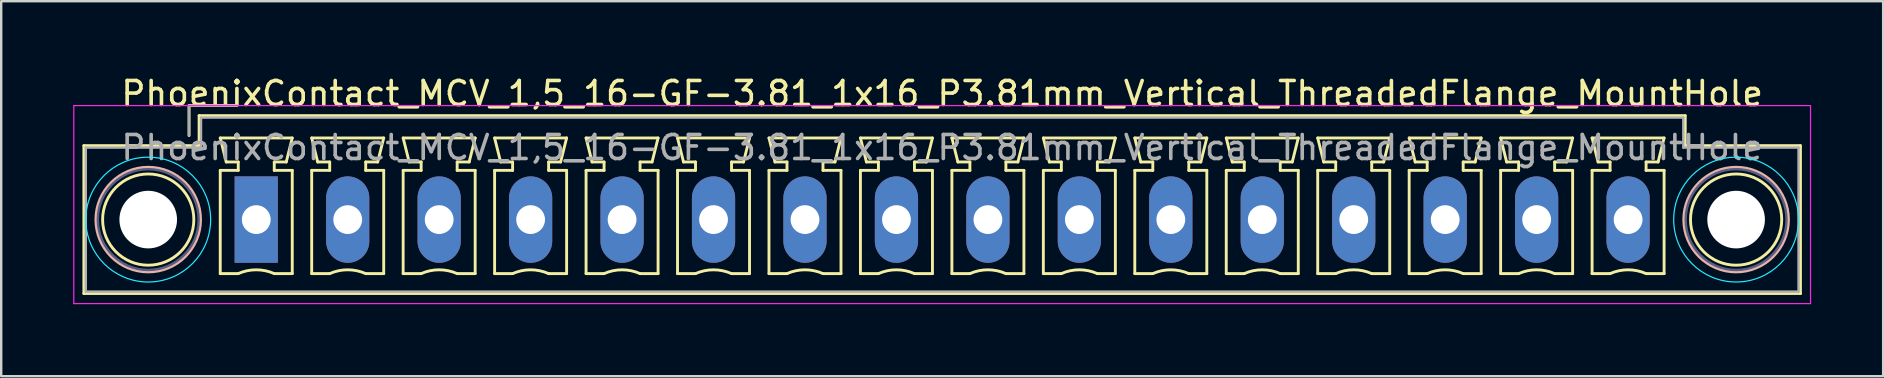
<source format=kicad_pcb>
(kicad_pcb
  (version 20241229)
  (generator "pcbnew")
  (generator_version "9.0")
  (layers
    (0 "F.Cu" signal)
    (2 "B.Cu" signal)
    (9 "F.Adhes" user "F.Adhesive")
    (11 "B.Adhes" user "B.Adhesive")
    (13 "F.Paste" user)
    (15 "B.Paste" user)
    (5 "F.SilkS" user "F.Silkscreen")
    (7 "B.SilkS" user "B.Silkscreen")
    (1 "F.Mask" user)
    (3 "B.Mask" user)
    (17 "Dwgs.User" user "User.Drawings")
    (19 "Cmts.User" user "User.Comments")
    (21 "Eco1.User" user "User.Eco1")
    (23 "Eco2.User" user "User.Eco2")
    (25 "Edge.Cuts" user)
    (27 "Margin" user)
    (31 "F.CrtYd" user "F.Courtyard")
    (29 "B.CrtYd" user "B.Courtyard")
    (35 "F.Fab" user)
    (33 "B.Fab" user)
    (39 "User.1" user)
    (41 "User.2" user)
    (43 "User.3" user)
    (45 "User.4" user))
  (footprint "PhoenixContact_MCV_1,5_16-GF-3.81_1x16_P3.81mm_Vertical_ThreadedFlange_MountHole"
    (layer "F.Cu")
    (at 7.625 6.098)
    (property "Reference" "PhoenixContact_MCV_1,5_16-GF-3.81_1x16_P3.81mm_Vertical_ThreadedFlange_MountHole" (at 28.575 -5.25 0) (layer "F.SilkS") (effects (font (size 1 1) (thickness 0.15))))
    (attr through_hole)
    (fp_line (start -7.18 -3.08) (end -7.18 3.08) (stroke (width 0.12) (type solid)) (layer "F.SilkS"))
    (fp_line (start -7.18 3.08) (end 64.33 3.08) (stroke (width 0.12) (type solid)) (layer "F.SilkS"))
    (fp_line (start -2.8 -4.75) (end -0.8 -4.75) (stroke (width 0.12) (type solid)) (layer "F.SilkS"))
    (fp_line (start -2.8 -3.5) (end -2.8 -4.75) (stroke (width 0.12) (type solid)) (layer "F.SilkS"))
    (fp_line (start -2.38 -4.33) (end -2.38 -3.08) (stroke (width 0.12) (type solid)) (layer "F.SilkS"))
    (fp_line (start -2.38 -3.08) (end -7.18 -3.08) (stroke (width 0.12) (type solid)) (layer "F.SilkS"))
    (fp_line (start -1.5 -3.4) (end 1.5 -3.4) (stroke (width 0.12) (type solid)) (layer "F.SilkS"))
    (fp_line (start -1.5 -2.05) (end -0.75 -2.05) (stroke (width 0.12) (type solid)) (layer "F.SilkS"))
    (fp_line (start -1.5 2.25) (end -1.5 -2.05) (stroke (width 0.12) (type solid)) (layer "F.SilkS"))
    (fp_line (start -1.25 -2.4) (end -1.5 -3.4) (stroke (width 0.12) (type solid)) (layer "F.SilkS"))
    (fp_line (start -0.75 -2.4) (end -1.25 -2.4) (stroke (width 0.12) (type solid)) (layer "F.SilkS"))
    (fp_line (start -0.75 -2.05) (end -0.75 -2.4) (stroke (width 0.12) (type solid)) (layer "F.SilkS"))
    (fp_line (start -0.75 2.25) (end -1.5 2.25) (stroke (width 0.12) (type solid)) (layer "F.SilkS"))
    (fp_line (start 0.75 -2.4) (end 0.75 -2.05) (stroke (width 0.12) (type solid)) (layer "F.SilkS"))
    (fp_line (start 0.75 -2.05) (end 1.5 -2.05) (stroke (width 0.12) (type solid)) (layer "F.SilkS"))
    (fp_line (start 1.25 -2.4) (end 0.75 -2.4) (stroke (width 0.12) (type solid)) (layer "F.SilkS"))
    (fp_line (start 1.5 -3.4) (end 1.25 -2.4) (stroke (width 0.12) (type solid)) (layer "F.SilkS"))
    (fp_line (start 1.5 -2.05) (end 1.5 2.25) (stroke (width 0.12) (type solid)) (layer "F.SilkS"))
    (fp_line (start 1.5 2.25) (end 0.75 2.25) (stroke (width 0.12) (type solid)) (layer "F.SilkS"))
    (fp_line (start 2.31 -3.4) (end 5.31 -3.4) (stroke (width 0.12) (type solid)) (layer "F.SilkS"))
    (fp_line (start 2.31 -2.05) (end 3.06 -2.05) (stroke (width 0.12) (type solid)) (layer "F.SilkS"))
    (fp_line (start 2.31 2.25) (end 2.31 -2.05) (stroke (width 0.12) (type solid)) (layer "F.SilkS"))
    (fp_line (start 2.56 -2.4) (end 2.31 -3.4) (stroke (width 0.12) (type solid)) (layer "F.SilkS"))
    (fp_line (start 3.06 -2.4) (end 2.56 -2.4) (stroke (width 0.12) (type solid)) (layer "F.SilkS"))
    (fp_line (start 3.06 -2.05) (end 3.06 -2.4) (stroke (width 0.12) (type solid)) (layer "F.SilkS"))
    (fp_line (start 3.06 2.25) (end 2.31 2.25) (stroke (width 0.12) (type solid)) (layer "F.SilkS"))
    (fp_line (start 4.56 -2.4) (end 4.56 -2.05) (stroke (width 0.12) (type solid)) (layer "F.SilkS"))
    (fp_line (start 4.56 -2.05) (end 5.31 -2.05) (stroke (width 0.12) (type solid)) (layer "F.SilkS"))
    (fp_line (start 5.06 -2.4) (end 4.56 -2.4) (stroke (width 0.12) (type solid)) (layer "F.SilkS"))
    (fp_line (start 5.31 -3.4) (end 5.06 -2.4) (stroke (width 0.12) (type solid)) (layer "F.SilkS"))
    (fp_line (start 5.31 -2.05) (end 5.31 2.25) (stroke (width 0.12) (type solid)) (layer "F.SilkS"))
    (fp_line (start 5.31 2.25) (end 4.56 2.25) (stroke (width 0.12) (type solid)) (layer "F.SilkS"))
    (fp_line (start 6.12 -3.4) (end 9.12 -3.4) (stroke (width 0.12) (type solid)) (layer "F.SilkS"))
    (fp_line (start 6.12 -2.05) (end 6.87 -2.05) (stroke (width 0.12) (type solid)) (layer "F.SilkS"))
    (fp_line (start 6.12 2.25) (end 6.12 -2.05) (stroke (width 0.12) (type solid)) (layer "F.SilkS"))
    (fp_line (start 6.37 -2.4) (end 6.12 -3.4) (stroke (width 0.12) (type solid)) (layer "F.SilkS"))
    (fp_line (start 6.87 -2.4) (end 6.37 -2.4) (stroke (width 0.12) (type solid)) (layer "F.SilkS"))
    (fp_line (start 6.87 -2.05) (end 6.87 -2.4) (stroke (width 0.12) (type solid)) (layer "F.SilkS"))
    (fp_line (start 6.87 2.25) (end 6.12 2.25) (stroke (width 0.12) (type solid)) (layer "F.SilkS"))
    (fp_line (start 8.37 -2.4) (end 8.37 -2.05) (stroke (width 0.12) (type solid)) (layer "F.SilkS"))
    (fp_line (start 8.37 -2.05) (end 9.12 -2.05) (stroke (width 0.12) (type solid)) (layer "F.SilkS"))
    (fp_line (start 8.87 -2.4) (end 8.37 -2.4) (stroke (width 0.12) (type solid)) (layer "F.SilkS"))
    (fp_line (start 9.12 -3.4) (end 8.87 -2.4) (stroke (width 0.12) (type solid)) (layer "F.SilkS"))
    (fp_line (start 9.12 -2.05) (end 9.12 2.25) (stroke (width 0.12) (type solid)) (layer "F.SilkS"))
    (fp_line (start 9.12 2.25) (end 8.37 2.25) (stroke (width 0.12) (type solid)) (layer "F.SilkS"))
    (fp_line (start 9.93 -3.4) (end 12.93 -3.4) (stroke (width 0.12) (type solid)) (layer "F.SilkS"))
    (fp_line (start 9.93 -2.05) (end 10.68 -2.05) (stroke (width 0.12) (type solid)) (layer "F.SilkS"))
    (fp_line (start 9.93 2.25) (end 9.93 -2.05) (stroke (width 0.12) (type solid)) (layer "F.SilkS"))
    (fp_line (start 10.18 -2.4) (end 9.93 -3.4) (stroke (width 0.12) (type solid)) (layer "F.SilkS"))
    (fp_line (start 10.68 -2.4) (end 10.18 -2.4) (stroke (width 0.12) (type solid)) (layer "F.SilkS"))
    (fp_line (start 10.68 -2.05) (end 10.68 -2.4) (stroke (width 0.12) (type solid)) (layer "F.SilkS"))
    (fp_line (start 10.68 2.25) (end 9.93 2.25) (stroke (width 0.12) (type solid)) (layer "F.SilkS"))
    (fp_line (start 12.18 -2.4) (end 12.18 -2.05) (stroke (width 0.12) (type solid)) (layer "F.SilkS"))
    (fp_line (start 12.18 -2.05) (end 12.93 -2.05) (stroke (width 0.12) (type solid)) (layer "F.SilkS"))
    (fp_line (start 12.68 -2.4) (end 12.18 -2.4) (stroke (width 0.12) (type solid)) (layer "F.SilkS"))
    (fp_line (start 12.93 -3.4) (end 12.68 -2.4) (stroke (width 0.12) (type solid)) (layer "F.SilkS"))
    (fp_line (start 12.93 -2.05) (end 12.93 2.25) (stroke (width 0.12) (type solid)) (layer "F.SilkS"))
    (fp_line (start 12.93 2.25) (end 12.18 2.25) (stroke (width 0.12) (type solid)) (layer "F.SilkS"))
    (fp_line (start 13.74 -3.4) (end 16.74 -3.4) (stroke (width 0.12) (type solid)) (layer "F.SilkS"))
    (fp_line (start 13.74 -2.05) (end 14.49 -2.05) (stroke (width 0.12) (type solid)) (layer "F.SilkS"))
    (fp_line (start 13.74 2.25) (end 13.74 -2.05) (stroke (width 0.12) (type solid)) (layer "F.SilkS"))
    (fp_line (start 13.99 -2.4) (end 13.74 -3.4) (stroke (width 0.12) (type solid)) (layer "F.SilkS"))
    (fp_line (start 14.49 -2.4) (end 13.99 -2.4) (stroke (width 0.12) (type solid)) (layer "F.SilkS"))
    (fp_line (start 14.49 -2.05) (end 14.49 -2.4) (stroke (width 0.12) (type solid)) (layer "F.SilkS"))
    (fp_line (start 14.49 2.25) (end 13.74 2.25) (stroke (width 0.12) (type solid)) (layer "F.SilkS"))
    (fp_line (start 15.99 -2.4) (end 15.99 -2.05) (stroke (width 0.12) (type solid)) (layer "F.SilkS"))
    (fp_line (start 15.99 -2.05) (end 16.74 -2.05) (stroke (width 0.12) (type solid)) (layer "F.SilkS"))
    (fp_line (start 16.49 -2.4) (end 15.99 -2.4) (stroke (width 0.12) (type solid)) (layer "F.SilkS"))
    (fp_line (start 16.74 -3.4) (end 16.49 -2.4) (stroke (width 0.12) (type solid)) (layer "F.SilkS"))
    (fp_line (start 16.74 -2.05) (end 16.74 2.25) (stroke (width 0.12) (type solid)) (layer "F.SilkS"))
    (fp_line (start 16.74 2.25) (end 15.99 2.25) (stroke (width 0.12) (type solid)) (layer "F.SilkS"))
    (fp_line (start 17.55 -3.4) (end 20.55 -3.4) (stroke (width 0.12) (type solid)) (layer "F.SilkS"))
    (fp_line (start 17.55 -2.05) (end 18.3 -2.05) (stroke (width 0.12) (type solid)) (layer "F.SilkS"))
    (fp_line (start 17.55 2.25) (end 17.55 -2.05) (stroke (width 0.12) (type solid)) (layer "F.SilkS"))
    (fp_line (start 17.8 -2.4) (end 17.55 -3.4) (stroke (width 0.12) (type solid)) (layer "F.SilkS"))
    (fp_line (start 18.3 -2.4) (end 17.8 -2.4) (stroke (width 0.12) (type solid)) (layer "F.SilkS"))
    (fp_line (start 18.3 -2.05) (end 18.3 -2.4) (stroke (width 0.12) (type solid)) (layer "F.SilkS"))
    (fp_line (start 18.3 2.25) (end 17.55 2.25) (stroke (width 0.12) (type solid)) (layer "F.SilkS"))
    (fp_line (start 19.8 -2.4) (end 19.8 -2.05) (stroke (width 0.12) (type solid)) (layer "F.SilkS"))
    (fp_line (start 19.8 -2.05) (end 20.55 -2.05) (stroke (width 0.12) (type solid)) (layer "F.SilkS"))
    (fp_line (start 20.3 -2.4) (end 19.8 -2.4) (stroke (width 0.12) (type solid)) (layer "F.SilkS"))
    (fp_line (start 20.55 -3.4) (end 20.3 -2.4) (stroke (width 0.12) (type solid)) (layer "F.SilkS"))
    (fp_line (start 20.55 -2.05) (end 20.55 2.25) (stroke (width 0.12) (type solid)) (layer "F.SilkS"))
    (fp_line (start 20.55 2.25) (end 19.8 2.25) (stroke (width 0.12) (type solid)) (layer "F.SilkS"))
    (fp_line (start 21.36 -3.4) (end 24.36 -3.4) (stroke (width 0.12) (type solid)) (layer "F.SilkS"))
    (fp_line (start 21.36 -2.05) (end 22.11 -2.05) (stroke (width 0.12) (type solid)) (layer "F.SilkS"))
    (fp_line (start 21.36 2.25) (end 21.36 -2.05) (stroke (width 0.12) (type solid)) (layer "F.SilkS"))
    (fp_line (start 21.61 -2.4) (end 21.36 -3.4) (stroke (width 0.12) (type solid)) (layer "F.SilkS"))
    (fp_line (start 22.11 -2.4) (end 21.61 -2.4) (stroke (width 0.12) (type solid)) (layer "F.SilkS"))
    (fp_line (start 22.11 -2.05) (end 22.11 -2.4) (stroke (width 0.12) (type solid)) (layer "F.SilkS"))
    (fp_line (start 22.11 2.25) (end 21.36 2.25) (stroke (width 0.12) (type solid)) (layer "F.SilkS"))
    (fp_line (start 23.61 -2.4) (end 23.61 -2.05) (stroke (width 0.12) (type solid)) (layer "F.SilkS"))
    (fp_line (start 23.61 -2.05) (end 24.36 -2.05) (stroke (width 0.12) (type solid)) (layer "F.SilkS"))
    (fp_line (start 24.11 -2.4) (end 23.61 -2.4) (stroke (width 0.12) (type solid)) (layer "F.SilkS"))
    (fp_line (start 24.36 -3.4) (end 24.11 -2.4) (stroke (width 0.12) (type solid)) (layer "F.SilkS"))
    (fp_line (start 24.36 -2.05) (end 24.36 2.25) (stroke (width 0.12) (type solid)) (layer "F.SilkS"))
    (fp_line (start 24.36 2.25) (end 23.61 2.25) (stroke (width 0.12) (type solid)) (layer "F.SilkS"))
    (fp_line (start 25.17 -3.4) (end 28.17 -3.4) (stroke (width 0.12) (type solid)) (layer "F.SilkS"))
    (fp_line (start 25.17 -2.05) (end 25.92 -2.05) (stroke (width 0.12) (type solid)) (layer "F.SilkS"))
    (fp_line (start 25.17 2.25) (end 25.17 -2.05) (stroke (width 0.12) (type solid)) (layer "F.SilkS"))
    (fp_line (start 25.42 -2.4) (end 25.17 -3.4) (stroke (width 0.12) (type solid)) (layer "F.SilkS"))
    (fp_line (start 25.92 -2.4) (end 25.42 -2.4) (stroke (width 0.12) (type solid)) (layer "F.SilkS"))
    (fp_line (start 25.92 -2.05) (end 25.92 -2.4) (stroke (width 0.12) (type solid)) (layer "F.SilkS"))
    (fp_line (start 25.92 2.25) (end 25.17 2.25) (stroke (width 0.12) (type solid)) (layer "F.SilkS"))
    (fp_line (start 27.42 -2.4) (end 27.42 -2.05) (stroke (width 0.12) (type solid)) (layer "F.SilkS"))
    (fp_line (start 27.42 -2.05) (end 28.17 -2.05) (stroke (width 0.12) (type solid)) (layer "F.SilkS"))
    (fp_line (start 27.92 -2.4) (end 27.42 -2.4) (stroke (width 0.12) (type solid)) (layer "F.SilkS"))
    (fp_line (start 28.17 -3.4) (end 27.92 -2.4) (stroke (width 0.12) (type solid)) (layer "F.SilkS"))
    (fp_line (start 28.17 -2.05) (end 28.17 2.25) (stroke (width 0.12) (type solid)) (layer "F.SilkS"))
    (fp_line (start 28.17 2.25) (end 27.42 2.25) (stroke (width 0.12) (type solid)) (layer "F.SilkS"))
    (fp_line (start 28.98 -3.4) (end 31.98 -3.4) (stroke (width 0.12) (type solid)) (layer "F.SilkS"))
    (fp_line (start 28.98 -2.05) (end 29.73 -2.05) (stroke (width 0.12) (type solid)) (layer "F.SilkS"))
    (fp_line (start 28.98 2.25) (end 28.98 -2.05) (stroke (width 0.12) (type solid)) (layer "F.SilkS"))
    (fp_line (start 29.23 -2.4) (end 28.98 -3.4) (stroke (width 0.12) (type solid)) (layer "F.SilkS"))
    (fp_line (start 29.73 -2.4) (end 29.23 -2.4) (stroke (width 0.12) (type solid)) (layer "F.SilkS"))
    (fp_line (start 29.73 -2.05) (end 29.73 -2.4) (stroke (width 0.12) (type solid)) (layer "F.SilkS"))
    (fp_line (start 29.73 2.25) (end 28.98 2.25) (stroke (width 0.12) (type solid)) (layer "F.SilkS"))
    (fp_line (start 31.23 -2.4) (end 31.23 -2.05) (stroke (width 0.12) (type solid)) (layer "F.SilkS"))
    (fp_line (start 31.23 -2.05) (end 31.98 -2.05) (stroke (width 0.12) (type solid)) (layer "F.SilkS"))
    (fp_line (start 31.73 -2.4) (end 31.23 -2.4) (stroke (width 0.12) (type solid)) (layer "F.SilkS"))
    (fp_line (start 31.98 -3.4) (end 31.73 -2.4) (stroke (width 0.12) (type solid)) (layer "F.SilkS"))
    (fp_line (start 31.98 -2.05) (end 31.98 2.25) (stroke (width 0.12) (type solid)) (layer "F.SilkS"))
    (fp_line (start 31.98 2.25) (end 31.23 2.25) (stroke (width 0.12) (type solid)) (layer "F.SilkS"))
    (fp_line (start 32.79 -3.4) (end 35.79 -3.4) (stroke (width 0.12) (type solid)) (layer "F.SilkS"))
    (fp_line (start 32.79 -2.05) (end 33.54 -2.05) (stroke (width 0.12) (type solid)) (layer "F.SilkS"))
    (fp_line (start 32.79 2.25) (end 32.79 -2.05) (stroke (width 0.12) (type solid)) (layer "F.SilkS"))
    (fp_line (start 33.04 -2.4) (end 32.79 -3.4) (stroke (width 0.12) (type solid)) (layer "F.SilkS"))
    (fp_line (start 33.54 -2.4) (end 33.04 -2.4) (stroke (width 0.12) (type solid)) (layer "F.SilkS"))
    (fp_line (start 33.54 -2.05) (end 33.54 -2.4) (stroke (width 0.12) (type solid)) (layer "F.SilkS"))
    (fp_line (start 33.54 2.25) (end 32.79 2.25) (stroke (width 0.12) (type solid)) (layer "F.SilkS"))
    (fp_line (start 35.04 -2.4) (end 35.04 -2.05) (stroke (width 0.12) (type solid)) (layer "F.SilkS"))
    (fp_line (start 35.04 -2.05) (end 35.79 -2.05) (stroke (width 0.12) (type solid)) (layer "F.SilkS"))
    (fp_line (start 35.54 -2.4) (end 35.04 -2.4) (stroke (width 0.12) (type solid)) (layer "F.SilkS"))
    (fp_line (start 35.79 -3.4) (end 35.54 -2.4) (stroke (width 0.12) (type solid)) (layer "F.SilkS"))
    (fp_line (start 35.79 -2.05) (end 35.79 2.25) (stroke (width 0.12) (type solid)) (layer "F.SilkS"))
    (fp_line (start 35.79 2.25) (end 35.04 2.25) (stroke (width 0.12) (type solid)) (layer "F.SilkS"))
    (fp_line (start 36.6 -3.4) (end 39.6 -3.4) (stroke (width 0.12) (type solid)) (layer "F.SilkS"))
    (fp_line (start 36.6 -2.05) (end 37.35 -2.05) (stroke (width 0.12) (type solid)) (layer "F.SilkS"))
    (fp_line (start 36.6 2.25) (end 36.6 -2.05) (stroke (width 0.12) (type solid)) (layer "F.SilkS"))
    (fp_line (start 36.85 -2.4) (end 36.6 -3.4) (stroke (width 0.12) (type solid)) (layer "F.SilkS"))
    (fp_line (start 37.35 -2.4) (end 36.85 -2.4) (stroke (width 0.12) (type solid)) (layer "F.SilkS"))
    (fp_line (start 37.35 -2.05) (end 37.35 -2.4) (stroke (width 0.12) (type solid)) (layer "F.SilkS"))
    (fp_line (start 37.35 2.25) (end 36.6 2.25) (stroke (width 0.12) (type solid)) (layer "F.SilkS"))
    (fp_line (start 38.85 -2.4) (end 38.85 -2.05) (stroke (width 0.12) (type solid)) (layer "F.SilkS"))
    (fp_line (start 38.85 -2.05) (end 39.6 -2.05) (stroke (width 0.12) (type solid)) (layer "F.SilkS"))
    (fp_line (start 39.35 -2.4) (end 38.85 -2.4) (stroke (width 0.12) (type solid)) (layer "F.SilkS"))
    (fp_line (start 39.6 -3.4) (end 39.35 -2.4) (stroke (width 0.12) (type solid)) (layer "F.SilkS"))
    (fp_line (start 39.6 -2.05) (end 39.6 2.25) (stroke (width 0.12) (type solid)) (layer "F.SilkS"))
    (fp_line (start 39.6 2.25) (end 38.85 2.25) (stroke (width 0.12) (type solid)) (layer "F.SilkS"))
    (fp_line (start 40.41 -3.4) (end 43.41 -3.4) (stroke (width 0.12) (type solid)) (layer "F.SilkS"))
    (fp_line (start 40.41 -2.05) (end 41.16 -2.05) (stroke (width 0.12) (type solid)) (layer "F.SilkS"))
    (fp_line (start 40.41 2.25) (end 40.41 -2.05) (stroke (width 0.12) (type solid)) (layer "F.SilkS"))
    (fp_line (start 40.66 -2.4) (end 40.41 -3.4) (stroke (width 0.12) (type solid)) (layer "F.SilkS"))
    (fp_line (start 41.16 -2.4) (end 40.66 -2.4) (stroke (width 0.12) (type solid)) (layer "F.SilkS"))
    (fp_line (start 41.16 -2.05) (end 41.16 -2.4) (stroke (width 0.12) (type solid)) (layer "F.SilkS"))
    (fp_line (start 41.16 2.25) (end 40.41 2.25) (stroke (width 0.12) (type solid)) (layer "F.SilkS"))
    (fp_line (start 42.66 -2.4) (end 42.66 -2.05) (stroke (width 0.12) (type solid)) (layer "F.SilkS"))
    (fp_line (start 42.66 -2.05) (end 43.41 -2.05) (stroke (width 0.12) (type solid)) (layer "F.SilkS"))
    (fp_line (start 43.16 -2.4) (end 42.66 -2.4) (stroke (width 0.12) (type solid)) (layer "F.SilkS"))
    (fp_line (start 43.41 -3.4) (end 43.16 -2.4) (stroke (width 0.12) (type solid)) (layer "F.SilkS"))
    (fp_line (start 43.41 -2.05) (end 43.41 2.25) (stroke (width 0.12) (type solid)) (layer "F.SilkS"))
    (fp_line (start 43.41 2.25) (end 42.66 2.25) (stroke (width 0.12) (type solid)) (layer "F.SilkS"))
    (fp_line (start 44.22 -3.4) (end 47.22 -3.4) (stroke (width 0.12) (type solid)) (layer "F.SilkS"))
    (fp_line (start 44.22 -2.05) (end 44.97 -2.05) (stroke (width 0.12) (type solid)) (layer "F.SilkS"))
    (fp_line (start 44.22 2.25) (end 44.22 -2.05) (stroke (width 0.12) (type solid)) (layer "F.SilkS"))
    (fp_line (start 44.47 -2.4) (end 44.22 -3.4) (stroke (width 0.12) (type solid)) (layer "F.SilkS"))
    (fp_line (start 44.97 -2.4) (end 44.47 -2.4) (stroke (width 0.12) (type solid)) (layer "F.SilkS"))
    (fp_line (start 44.97 -2.05) (end 44.97 -2.4) (stroke (width 0.12) (type solid)) (layer "F.SilkS"))
    (fp_line (start 44.97 2.25) (end 44.22 2.25) (stroke (width 0.12) (type solid)) (layer "F.SilkS"))
    (fp_line (start 46.47 -2.4) (end 46.47 -2.05) (stroke (width 0.12) (type solid)) (layer "F.SilkS"))
    (fp_line (start 46.47 -2.05) (end 47.22 -2.05) (stroke (width 0.12) (type solid)) (layer "F.SilkS"))
    (fp_line (start 46.97 -2.4) (end 46.47 -2.4) (stroke (width 0.12) (type solid)) (layer "F.SilkS"))
    (fp_line (start 47.22 -3.4) (end 46.97 -2.4) (stroke (width 0.12) (type solid)) (layer "F.SilkS"))
    (fp_line (start 47.22 -2.05) (end 47.22 2.25) (stroke (width 0.12) (type solid)) (layer "F.SilkS"))
    (fp_line (start 47.22 2.25) (end 46.47 2.25) (stroke (width 0.12) (type solid)) (layer "F.SilkS"))
    (fp_line (start 48.03 -3.4) (end 51.03 -3.4) (stroke (width 0.12) (type solid)) (layer "F.SilkS"))
    (fp_line (start 48.03 -2.05) (end 48.78 -2.05) (stroke (width 0.12) (type solid)) (layer "F.SilkS"))
    (fp_line (start 48.03 2.25) (end 48.03 -2.05) (stroke (width 0.12) (type solid)) (layer "F.SilkS"))
    (fp_line (start 48.28 -2.4) (end 48.03 -3.4) (stroke (width 0.12) (type solid)) (layer "F.SilkS"))
    (fp_line (start 48.78 -2.4) (end 48.28 -2.4) (stroke (width 0.12) (type solid)) (layer "F.SilkS"))
    (fp_line (start 48.78 -2.05) (end 48.78 -2.4) (stroke (width 0.12) (type solid)) (layer "F.SilkS"))
    (fp_line (start 48.78 2.25) (end 48.03 2.25) (stroke (width 0.12) (type solid)) (layer "F.SilkS"))
    (fp_line (start 50.28 -2.4) (end 50.28 -2.05) (stroke (width 0.12) (type solid)) (layer "F.SilkS"))
    (fp_line (start 50.28 -2.05) (end 51.03 -2.05) (stroke (width 0.12) (type solid)) (layer "F.SilkS"))
    (fp_line (start 50.78 -2.4) (end 50.28 -2.4) (stroke (width 0.12) (type solid)) (layer "F.SilkS"))
    (fp_line (start 51.03 -3.4) (end 50.78 -2.4) (stroke (width 0.12) (type solid)) (layer "F.SilkS"))
    (fp_line (start 51.03 -2.05) (end 51.03 2.25) (stroke (width 0.12) (type solid)) (layer "F.SilkS"))
    (fp_line (start 51.03 2.25) (end 50.28 2.25) (stroke (width 0.12) (type solid)) (layer "F.SilkS"))
    (fp_line (start 51.84 -3.4) (end 54.84 -3.4) (stroke (width 0.12) (type solid)) (layer "F.SilkS"))
    (fp_line (start 51.84 -2.05) (end 52.59 -2.05) (stroke (width 0.12) (type solid)) (layer "F.SilkS"))
    (fp_line (start 51.84 2.25) (end 51.84 -2.05) (stroke (width 0.12) (type solid)) (layer "F.SilkS"))
    (fp_line (start 52.09 -2.4) (end 51.84 -3.4) (stroke (width 0.12) (type solid)) (layer "F.SilkS"))
    (fp_line (start 52.59 -2.4) (end 52.09 -2.4) (stroke (width 0.12) (type solid)) (layer "F.SilkS"))
    (fp_line (start 52.59 -2.05) (end 52.59 -2.4) (stroke (width 0.12) (type solid)) (layer "F.SilkS"))
    (fp_line (start 52.59 2.25) (end 51.84 2.25) (stroke (width 0.12) (type solid)) (layer "F.SilkS"))
    (fp_line (start 54.09 -2.4) (end 54.09 -2.05) (stroke (width 0.12) (type solid)) (layer "F.SilkS"))
    (fp_line (start 54.09 -2.05) (end 54.84 -2.05) (stroke (width 0.12) (type solid)) (layer "F.SilkS"))
    (fp_line (start 54.59 -2.4) (end 54.09 -2.4) (stroke (width 0.12) (type solid)) (layer "F.SilkS"))
    (fp_line (start 54.84 -3.4) (end 54.59 -2.4) (stroke (width 0.12) (type solid)) (layer "F.SilkS"))
    (fp_line (start 54.84 -2.05) (end 54.84 2.25) (stroke (width 0.12) (type solid)) (layer "F.SilkS"))
    (fp_line (start 54.84 2.25) (end 54.09 2.25) (stroke (width 0.12) (type solid)) (layer "F.SilkS"))
    (fp_line (start 55.65 -3.4) (end 58.65 -3.4) (stroke (width 0.12) (type solid)) (layer "F.SilkS"))
    (fp_line (start 55.65 -2.05) (end 56.4 -2.05) (stroke (width 0.12) (type solid)) (layer "F.SilkS"))
    (fp_line (start 55.65 2.25) (end 55.65 -2.05) (stroke (width 0.12) (type solid)) (layer "F.SilkS"))
    (fp_line (start 55.9 -2.4) (end 55.65 -3.4) (stroke (width 0.12) (type solid)) (layer "F.SilkS"))
    (fp_line (start 56.4 -2.4) (end 55.9 -2.4) (stroke (width 0.12) (type solid)) (layer "F.SilkS"))
    (fp_line (start 56.4 -2.05) (end 56.4 -2.4) (stroke (width 0.12) (type solid)) (layer "F.SilkS"))
    (fp_line (start 56.4 2.25) (end 55.65 2.25) (stroke (width 0.12) (type solid)) (layer "F.SilkS"))
    (fp_line (start 57.9 -2.4) (end 57.9 -2.05) (stroke (width 0.12) (type solid)) (layer "F.SilkS"))
    (fp_line (start 57.9 -2.05) (end 58.65 -2.05) (stroke (width 0.12) (type solid)) (layer "F.SilkS"))
    (fp_line (start 58.4 -2.4) (end 57.9 -2.4) (stroke (width 0.12) (type solid)) (layer "F.SilkS"))
    (fp_line (start 58.65 -3.4) (end 58.4 -2.4) (stroke (width 0.12) (type solid)) (layer "F.SilkS"))
    (fp_line (start 58.65 -2.05) (end 58.65 2.25) (stroke (width 0.12) (type solid)) (layer "F.SilkS"))
    (fp_line (start 58.65 2.25) (end 57.9 2.25) (stroke (width 0.12) (type solid)) (layer "F.SilkS"))
    (fp_line (start 59.53 -4.33) (end -2.38 -4.33) (stroke (width 0.12) (type solid)) (layer "F.SilkS"))
    (fp_line (start 59.53 -3.08) (end 59.53 -4.33) (stroke (width 0.12) (type solid)) (layer "F.SilkS"))
    (fp_line (start 64.33 -3.08) (end 59.53 -3.08) (stroke (width 0.12) (type solid)) (layer "F.SilkS"))
    (fp_line (start 64.33 3.08) (end 64.33 -3.08) (stroke (width 0.12) (type solid)) (layer "F.SilkS"))
    (fp_arc (start -0.75 2.25) (mid -0.000193 2.09191) (end 0.749647 2.249844) (stroke (width 0.12) (type solid)) (layer "F.SilkS"))
    (fp_arc (start 3.06 2.25) (mid 3.809807 2.09191) (end 4.559647 2.249844) (stroke (width 0.12) (type solid)) (layer "F.SilkS"))
    (fp_arc (start 6.87 2.25) (mid 7.619807 2.09191) (end 8.369647 2.249844) (stroke (width 0.12) (type solid)) (layer "F.SilkS"))
    (fp_arc (start 10.68 2.25) (mid 11.429807 2.09191) (end 12.179647 2.249844) (stroke (width 0.12) (type solid)) (layer "F.SilkS"))
    (fp_arc (start 14.49 2.25) (mid 15.239807 2.09191) (end 15.989647 2.249844) (stroke (width 0.12) (type solid)) (layer "F.SilkS"))
    (fp_arc (start 18.3 2.25) (mid 19.049807 2.09191) (end 19.799647 2.249844) (stroke (width 0.12) (type solid)) (layer "F.SilkS"))
    (fp_arc (start 22.11 2.25) (mid 22.859807 2.09191) (end 23.609647 2.249844) (stroke (width 0.12) (type solid)) (layer "F.SilkS"))
    (fp_arc (start 25.92 2.25) (mid 26.669807 2.09191) (end 27.419647 2.249844) (stroke (width 0.12) (type solid)) (layer "F.SilkS"))
    (fp_arc (start 29.73 2.25) (mid 30.479807 2.09191) (end 31.229647 2.249844) (stroke (width 0.12) (type solid)) (layer "F.SilkS"))
    (fp_arc (start 33.54 2.25) (mid 34.289807 2.09191) (end 35.039647 2.249844) (stroke (width 0.12) (type solid)) (layer "F.SilkS"))
    (fp_arc (start 37.35 2.25) (mid 38.099807 2.09191) (end 38.849647 2.249844) (stroke (width 0.12) (type solid)) (layer "F.SilkS"))
    (fp_arc (start 41.16 2.25) (mid 41.909807 2.09191) (end 42.659647 2.249844) (stroke (width 0.12) (type solid)) (layer "F.SilkS"))
    (fp_arc (start 44.97 2.25) (mid 45.719807 2.09191) (end 46.469647 2.249844) (stroke (width 0.12) (type solid)) (layer "F.SilkS"))
    (fp_arc (start 48.78 2.25) (mid 49.529807 2.09191) (end 50.279647 2.249844) (stroke (width 0.12) (type solid)) (layer "F.SilkS"))
    (fp_arc (start 52.59 2.25) (mid 53.339807 2.09191) (end 54.089647 2.249844) (stroke (width 0.12) (type solid)) (layer "F.SilkS"))
    (fp_arc (start 56.4 2.25) (mid 57.149807 2.09191) (end 57.899647 2.249844) (stroke (width 0.12) (type solid)) (layer "F.SilkS"))
    (fp_circle (center -4.5 0) (end -2.6 0) (stroke (width 0.12) (type solid)) (fill no) (layer "F.SilkS"))
    (fp_circle (center 61.65 0) (end 63.55 0) (stroke (width 0.12) (type solid)) (fill no) (layer "F.SilkS"))
    (fp_circle (center -4.5 0) (end -2.32 0) (stroke (width 0.12) (type solid)) (fill no) (layer "B.SilkS"))
    (fp_circle (center 61.65 0) (end 63.83 0) (stroke (width 0.12) (type solid)) (fill no) (layer "B.SilkS"))
    (fp_circle (center -4.5 0) (end -1.9 0) (stroke (width 0.05) (type solid)) (fill no) (layer "B.CrtYd"))
    (fp_circle (center 61.65 0) (end 64.25 0) (stroke (width 0.05) (type solid)) (fill no) (layer "B.CrtYd"))
    (fp_line (start -7.6 -4.75) (end -7.6 3.5) (stroke (width 0.05) (type solid)) (layer "F.CrtYd"))
    (fp_line (start -7.6 3.5) (end 64.75 3.5) (stroke (width 0.05) (type solid)) (layer "F.CrtYd"))
    (fp_line (start 64.75 -4.75) (end -7.6 -4.75) (stroke (width 0.05) (type solid)) (layer "F.CrtYd"))
    (fp_line (start 64.75 3.5) (end 64.75 -4.75) (stroke (width 0.05) (type solid)) (layer "F.CrtYd"))
    (fp_circle (center -4.5 0) (end -2.4 0) (stroke (width 0.1) (type solid)) (fill no) (layer "B.Fab"))
    (fp_circle (center 61.65 0) (end 63.75 0) (stroke (width 0.1) (type solid)) (fill no) (layer "B.Fab"))
    (fp_line (start -7.1 -3) (end -7.1 3) (stroke (width 0.1) (type solid)) (layer "F.Fab"))
    (fp_line (start -7.1 3) (end 64.25 3) (stroke (width 0.1) (type solid)) (layer "F.Fab"))
    (fp_line (start -2.8 -4.75) (end -0.8 -4.75) (stroke (width 0.1) (type solid)) (layer "F.Fab"))
    (fp_line (start -2.8 -3.5) (end -2.8 -4.75) (stroke (width 0.1) (type solid)) (layer "F.Fab"))
    (fp_line (start -2.3 -4.25) (end -2.3 -3) (stroke (width 0.1) (type solid)) (layer "F.Fab"))
    (fp_line (start -2.3 -3) (end -7.1 -3) (stroke (width 0.1) (type solid)) (layer "F.Fab"))
    (fp_line (start 59.45 -4.25) (end -2.3 -4.25) (stroke (width 0.1) (type solid)) (layer "F.Fab"))
    (fp_line (start 59.45 -3) (end 59.45 -4.25) (stroke (width 0.1) (type solid)) (layer "F.Fab"))
    (fp_line (start 64.25 -3) (end 59.45 -3) (stroke (width 0.1) (type solid)) (layer "F.Fab"))
    (fp_line (start 64.25 3) (end 64.25 -3) (stroke (width 0.1) (type solid)) (layer "F.Fab"))
    (fp_text user "${REFERENCE}" (at 28.575 -3 0) (layer "F.Fab") (effects (font (size 1 1) (thickness 0.15))))
    (pad "" np_thru_hole circle (at -4.5 0) (size 2.4 2.4) (drill 2.4) (layers "*.Cu" "*.Mask"))
    (pad "" np_thru_hole circle (at 61.65 0) (size 2.4 2.4) (drill 2.4) (layers "*.Cu" "*.Mask"))
    (pad "1" thru_hole rect (at 0 0) (size 1.8 3.6) (drill 1.2) (layers "*.Cu" "*.Mask"))
    (pad "2" thru_hole oval (at 3.81 0) (size 1.8 3.6) (drill 1.2) (layers "*.Cu" "*.Mask"))
    (pad "3" thru_hole oval (at 7.62 0) (size 1.8 3.6) (drill 1.2) (layers "*.Cu" "*.Mask"))
    (pad "4" thru_hole oval (at 11.43 0) (size 1.8 3.6) (drill 1.2) (layers "*.Cu" "*.Mask"))
    (pad "5" thru_hole oval (at 15.24 0) (size 1.8 3.6) (drill 1.2) (layers "*.Cu" "*.Mask"))
    (pad "6" thru_hole oval (at 19.05 0) (size 1.8 3.6) (drill 1.2) (layers "*.Cu" "*.Mask"))
    (pad "7" thru_hole oval (at 22.86 0) (size 1.8 3.6) (drill 1.2) (layers "*.Cu" "*.Mask"))
    (pad "8" thru_hole oval (at 26.67 0) (size 1.8 3.6) (drill 1.2) (layers "*.Cu" "*.Mask"))
    (pad "9" thru_hole oval (at 30.48 0) (size 1.8 3.6) (drill 1.2) (layers "*.Cu" "*.Mask"))
    (pad "10" thru_hole oval (at 34.29 0) (size 1.8 3.6) (drill 1.2) (layers "*.Cu" "*.Mask"))
    (pad "11" thru_hole oval (at 38.1 0) (size 1.8 3.6) (drill 1.2) (layers "*.Cu" "*.Mask"))
    (pad "12" thru_hole oval (at 41.91 0) (size 1.8 3.6) (drill 1.2) (layers "*.Cu" "*.Mask"))
    (pad "13" thru_hole oval (at 45.72 0) (size 1.8 3.6) (drill 1.2) (layers "*.Cu" "*.Mask"))
    (pad "14" thru_hole oval (at 49.53 0) (size 1.8 3.6) (drill 1.2) (layers "*.Cu" "*.Mask"))
    (pad "15" thru_hole oval (at 53.34 0) (size 1.8 3.6) (drill 1.2) (layers "*.Cu" "*.Mask"))
    (pad "16" thru_hole oval (at 57.15 0) (size 1.8 3.6) (drill 1.2) (layers "*.Cu" "*.Mask")))
  (gr_rect
    (start -3 -3)
    (end 75.4 12.623)
    (stroke (width 0.1) (type default))
    (fill no)
    (layer "Edge.Cuts")))
</source>
